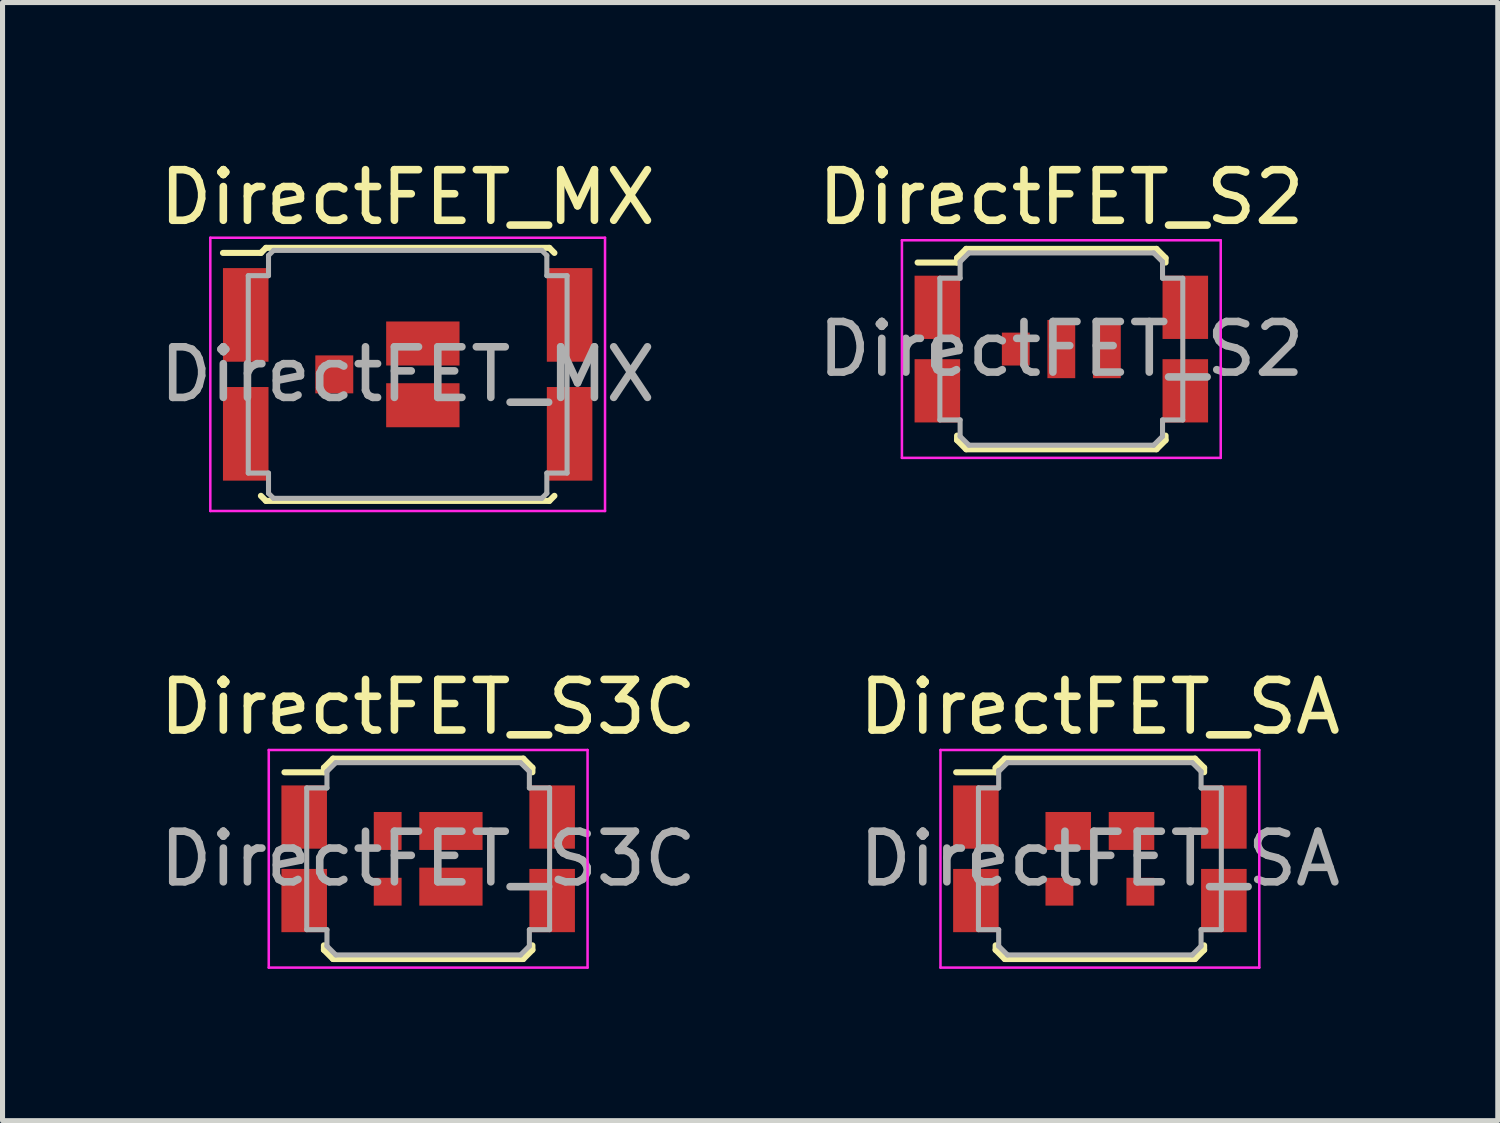
<source format=kicad_pcb>
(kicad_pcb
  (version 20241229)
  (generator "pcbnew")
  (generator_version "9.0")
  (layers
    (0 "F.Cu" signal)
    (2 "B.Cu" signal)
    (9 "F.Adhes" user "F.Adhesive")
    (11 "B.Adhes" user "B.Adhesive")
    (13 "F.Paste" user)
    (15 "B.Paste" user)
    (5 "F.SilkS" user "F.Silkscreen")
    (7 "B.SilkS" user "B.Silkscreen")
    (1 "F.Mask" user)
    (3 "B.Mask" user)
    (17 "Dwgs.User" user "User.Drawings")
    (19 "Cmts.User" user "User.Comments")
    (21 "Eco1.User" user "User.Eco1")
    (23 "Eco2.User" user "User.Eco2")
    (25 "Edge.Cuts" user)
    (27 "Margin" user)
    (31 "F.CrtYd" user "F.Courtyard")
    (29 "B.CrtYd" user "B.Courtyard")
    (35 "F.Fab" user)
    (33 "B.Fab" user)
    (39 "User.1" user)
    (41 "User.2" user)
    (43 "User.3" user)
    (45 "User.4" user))
  (footprint "DirectFET_S2"
    (layer "F.Cu")
    (at 17.923 3.848)
    (property "Reference" "DirectFET_S2" (at 0 -3 0) (layer "F.SilkS") (effects (font (size 1 1) (thickness 0.15))))
    (attr smd)
    (fp_line (start -2.84 -1.71) (end -2.06 -1.71) (stroke (width 0.12) (type solid)) (layer "F.SilkS"))
    (fp_line (start -2.06 -1.8) (end -1.88 -1.98) (stroke (width 0.12) (type solid)) (layer "F.SilkS"))
    (fp_line (start -2.06 -1.71) (end -2.06 -1.8) (stroke (width 0.12) (type solid)) (layer "F.SilkS"))
    (fp_line (start -2.06 1.71) (end -2.06 1.8) (stroke (width 0.12) (type solid)) (layer "F.SilkS"))
    (fp_line (start -2.06 1.8) (end -1.88 1.98) (stroke (width 0.12) (type solid)) (layer "F.SilkS"))
    (fp_line (start -1.88 -1.98) (end 1.88 -1.98) (stroke (width 0.12) (type solid)) (layer "F.SilkS"))
    (fp_line (start -1.88 1.98) (end 1.88 1.98) (stroke (width 0.12) (type solid)) (layer "F.SilkS"))
    (fp_line (start 2.06 -1.8) (end 1.88 -1.98) (stroke (width 0.12) (type solid)) (layer "F.SilkS"))
    (fp_line (start 2.06 -1.71) (end 2.06 -1.8) (stroke (width 0.12) (type solid)) (layer "F.SilkS"))
    (fp_line (start 2.06 1.71) (end 2.06 1.8) (stroke (width 0.12) (type solid)) (layer "F.SilkS"))
    (fp_line (start 2.06 1.8) (end 1.88 1.98) (stroke (width 0.12) (type solid)) (layer "F.SilkS"))
    (fp_line (start -3.15 -2.15) (end -3.15 2.15) (stroke (width 0.05) (type solid)) (layer "F.CrtYd"))
    (fp_line (start -3.15 -2.15) (end 3.15 -2.15) (stroke (width 0.05) (type solid)) (layer "F.CrtYd"))
    (fp_line (start -3.15 2.15) (end 3.15 2.15) (stroke (width 0.05) (type solid)) (layer "F.CrtYd"))
    (fp_line (start 3.15 -2.15) (end 3.15 2.15) (stroke (width 0.05) (type solid)) (layer "F.CrtYd"))
    (fp_line (start -2.4 -1.4) (end -2 -1.4) (stroke (width 0.1) (type solid)) (layer "F.Fab"))
    (fp_line (start -2.4 1.4) (end -2.4 -1.4) (stroke (width 0.1) (type solid)) (layer "F.Fab"))
    (fp_line (start -2.4 1.4) (end -2 1.4) (stroke (width 0.1) (type solid)) (layer "F.Fab"))
    (fp_line (start -2 -1.725) (end -1.825 -1.9) (stroke (width 0.1) (type solid)) (layer "F.Fab"))
    (fp_line (start -2 -1.4) (end -2 -1.725) (stroke (width 0.1) (type solid)) (layer "F.Fab"))
    (fp_line (start -2 1.4) (end -2 1.725) (stroke (width 0.1) (type solid)) (layer "F.Fab"))
    (fp_line (start -2 1.725) (end -1.825 1.9) (stroke (width 0.1) (type solid)) (layer "F.Fab"))
    (fp_line (start -1.825 -1.9) (end 1.825 -1.9) (stroke (width 0.1) (type solid)) (layer "F.Fab"))
    (fp_line (start -1.825 1.9) (end 1.825 1.9) (stroke (width 0.1) (type solid)) (layer "F.Fab"))
    (fp_line (start 1.825 -1.9) (end 2 -1.725) (stroke (width 0.1) (type solid)) (layer "F.Fab"))
    (fp_line (start 1.825 1.9) (end 2 1.725) (stroke (width 0.1) (type solid)) (layer "F.Fab"))
    (fp_line (start 2 -1.4) (end 2 -1.725) (stroke (width 0.1) (type solid)) (layer "F.Fab"))
    (fp_line (start 2 1.4) (end 2 1.725) (stroke (width 0.1) (type solid)) (layer "F.Fab"))
    (fp_line (start 2.4 -1.4) (end 2 -1.4) (stroke (width 0.1) (type solid)) (layer "F.Fab"))
    (fp_line (start 2.4 1.4) (end 2 1.4) (stroke (width 0.1) (type solid)) (layer "F.Fab"))
    (fp_line (start 2.4 1.4) (end 2.4 -1.4) (stroke (width 0.1) (type solid)) (layer "F.Fab"))
    (fp_text user "${REFERENCE}" (at 0 0 0) (layer "F.Fab") (effects (font (size 1 1) (thickness 0.15))))
    (pad "1" smd rect (at -2.45 -0.825) (size 0.9 1.25) (layers "F.Cu" "F.Mask" "F.Paste"))
    (pad "1" smd rect (at -2.45 0.825) (size 0.9 1.25) (layers "F.Cu" "F.Mask" "F.Paste"))
    (pad "1" smd rect (at 2.45 -0.825) (size 0.9 1.25) (layers "F.Cu" "F.Mask" "F.Paste"))
    (pad "1" smd rect (at 2.45 0.825) (size 0.9 1.25) (layers "F.Cu" "F.Mask" "F.Paste"))
    (pad "2" smd rect (at -0.9 0) (size 0.55 0.65) (layers "F.Cu" "F.Mask" "F.Paste"))
    (pad "3" smd rect (at 0 0) (size 0.55 1.15) (layers "F.Cu" "F.Mask" "F.Paste"))
    (pad "3" smd rect (at 0.9 0) (size 0.55 1.15) (layers "F.Cu" "F.Mask" "F.Paste")))
  (footprint "DirectFET_S3C"
    (layer "F.Cu")
    (at 5.411 13.921)
    (property "Reference" "DirectFET_S3C" (at 0 -3 0) (layer "F.SilkS") (effects (font (size 1 1) (thickness 0.15))))
    (attr smd)
    (fp_line (start -2.84 -1.71) (end -2.06 -1.71) (stroke (width 0.12) (type solid)) (layer "F.SilkS"))
    (fp_line (start -2.06 -1.8) (end -1.88 -1.98) (stroke (width 0.12) (type solid)) (layer "F.SilkS"))
    (fp_line (start -2.06 -1.71) (end -2.06 -1.8) (stroke (width 0.12) (type solid)) (layer "F.SilkS"))
    (fp_line (start -2.06 1.71) (end -2.06 1.8) (stroke (width 0.12) (type solid)) (layer "F.SilkS"))
    (fp_line (start -2.06 1.8) (end -1.88 1.98) (stroke (width 0.12) (type solid)) (layer "F.SilkS"))
    (fp_line (start -1.88 -1.98) (end 1.88 -1.98) (stroke (width 0.12) (type solid)) (layer "F.SilkS"))
    (fp_line (start -1.88 1.98) (end 1.88 1.98) (stroke (width 0.12) (type solid)) (layer "F.SilkS"))
    (fp_line (start 2.06 -1.8) (end 1.88 -1.98) (stroke (width 0.12) (type solid)) (layer "F.SilkS"))
    (fp_line (start 2.06 -1.71) (end 2.06 -1.8) (stroke (width 0.12) (type solid)) (layer "F.SilkS"))
    (fp_line (start 2.06 1.71) (end 2.06 1.8) (stroke (width 0.12) (type solid)) (layer "F.SilkS"))
    (fp_line (start 2.06 1.8) (end 1.88 1.98) (stroke (width 0.12) (type solid)) (layer "F.SilkS"))
    (fp_line (start -3.15 -2.15) (end -3.15 2.15) (stroke (width 0.05) (type solid)) (layer "F.CrtYd"))
    (fp_line (start -3.15 -2.15) (end 3.15 -2.15) (stroke (width 0.05) (type solid)) (layer "F.CrtYd"))
    (fp_line (start -3.15 2.15) (end 3.15 2.15) (stroke (width 0.05) (type solid)) (layer "F.CrtYd"))
    (fp_line (start 3.15 -2.15) (end 3.15 2.15) (stroke (width 0.05) (type solid)) (layer "F.CrtYd"))
    (fp_line (start -2.4 -1.4) (end -2 -1.4) (stroke (width 0.1) (type solid)) (layer "F.Fab"))
    (fp_line (start -2.4 1.4) (end -2.4 -1.4) (stroke (width 0.1) (type solid)) (layer "F.Fab"))
    (fp_line (start -2.4 1.4) (end -2 1.4) (stroke (width 0.1) (type solid)) (layer "F.Fab"))
    (fp_line (start -2 -1.725) (end -1.825 -1.9) (stroke (width 0.1) (type solid)) (layer "F.Fab"))
    (fp_line (start -2 -1.4) (end -2 -1.725) (stroke (width 0.1) (type solid)) (layer "F.Fab"))
    (fp_line (start -2 1.4) (end -2 1.725) (stroke (width 0.1) (type solid)) (layer "F.Fab"))
    (fp_line (start -2 1.725) (end -1.825 1.9) (stroke (width 0.1) (type solid)) (layer "F.Fab"))
    (fp_line (start -1.825 -1.9) (end 1.825 -1.9) (stroke (width 0.1) (type solid)) (layer "F.Fab"))
    (fp_line (start -1.825 1.9) (end 1.825 1.9) (stroke (width 0.1) (type solid)) (layer "F.Fab"))
    (fp_line (start 1.825 -1.9) (end 2 -1.725) (stroke (width 0.1) (type solid)) (layer "F.Fab"))
    (fp_line (start 1.825 1.9) (end 2 1.725) (stroke (width 0.1) (type solid)) (layer "F.Fab"))
    (fp_line (start 2 -1.4) (end 2 -1.725) (stroke (width 0.1) (type solid)) (layer "F.Fab"))
    (fp_line (start 2 1.4) (end 2 1.725) (stroke (width 0.1) (type solid)) (layer "F.Fab"))
    (fp_line (start 2.4 -1.4) (end 2 -1.4) (stroke (width 0.1) (type solid)) (layer "F.Fab"))
    (fp_line (start 2.4 1.4) (end 2 1.4) (stroke (width 0.1) (type solid)) (layer "F.Fab"))
    (fp_line (start 2.4 1.4) (end 2.4 -1.4) (stroke (width 0.1) (type solid)) (layer "F.Fab"))
    (fp_text user "${REFERENCE}" (at 0 0 0) (layer "F.Fab") (effects (font (size 1 1) (thickness 0.15))))
    (pad "1" smd rect (at -2.45 -0.825) (size 0.9 1.25) (layers "F.Cu" "F.Mask" "F.Paste"))
    (pad "1" smd rect (at -2.45 0.825) (size 0.9 1.25) (layers "F.Cu" "F.Mask" "F.Paste"))
    (pad "1" smd rect (at 2.45 -0.825) (size 0.9 1.25) (layers "F.Cu" "F.Mask" "F.Paste"))
    (pad "1" smd rect (at 2.45 0.825) (size 0.9 1.25) (layers "F.Cu" "F.Mask" "F.Paste"))
    (pad "2" smd rect (at -0.8 0.65) (size 0.55 0.55) (layers "F.Cu" "F.Mask" "F.Paste"))
    (pad "3" smd rect (at -0.8 -0.55) (size 0.55 0.75) (layers "F.Cu" "F.Mask" "F.Paste"))
    (pad "3" smd rect (at 0.45 -0.55) (size 1.25 0.75) (layers "F.Cu" "F.Mask" "F.Paste"))
    (pad "3" smd rect (at 0.45 0.55) (size 1.25 0.75) (layers "F.Cu" "F.Mask" "F.Paste")))
  (footprint "DirectFET_SA"
    (layer "F.Cu")
    (at 18.685 13.921)
    (property "Reference" "DirectFET_SA" (at 0 -3 0) (layer "F.SilkS") (effects (font (size 1 1) (thickness 0.15))))
    (attr smd)
    (fp_line (start -2.84 -1.71) (end -2.06 -1.71) (stroke (width 0.12) (type solid)) (layer "F.SilkS"))
    (fp_line (start -2.06 -1.8) (end -1.88 -1.98) (stroke (width 0.12) (type solid)) (layer "F.SilkS"))
    (fp_line (start -2.06 -1.71) (end -2.06 -1.8) (stroke (width 0.12) (type solid)) (layer "F.SilkS"))
    (fp_line (start -2.06 1.71) (end -2.06 1.8) (stroke (width 0.12) (type solid)) (layer "F.SilkS"))
    (fp_line (start -2.06 1.8) (end -1.88 1.98) (stroke (width 0.12) (type solid)) (layer "F.SilkS"))
    (fp_line (start -1.88 -1.98) (end 1.88 -1.98) (stroke (width 0.12) (type solid)) (layer "F.SilkS"))
    (fp_line (start -1.88 1.98) (end 1.88 1.98) (stroke (width 0.12) (type solid)) (layer "F.SilkS"))
    (fp_line (start 2.06 -1.8) (end 1.88 -1.98) (stroke (width 0.12) (type solid)) (layer "F.SilkS"))
    (fp_line (start 2.06 -1.71) (end 2.06 -1.8) (stroke (width 0.12) (type solid)) (layer "F.SilkS"))
    (fp_line (start 2.06 1.71) (end 2.06 1.8) (stroke (width 0.12) (type solid)) (layer "F.SilkS"))
    (fp_line (start 2.06 1.8) (end 1.88 1.98) (stroke (width 0.12) (type solid)) (layer "F.SilkS"))
    (fp_line (start -3.15 -2.15) (end -3.15 2.15) (stroke (width 0.05) (type solid)) (layer "F.CrtYd"))
    (fp_line (start -3.15 -2.15) (end 3.15 -2.15) (stroke (width 0.05) (type solid)) (layer "F.CrtYd"))
    (fp_line (start -3.15 2.15) (end 3.15 2.15) (stroke (width 0.05) (type solid)) (layer "F.CrtYd"))
    (fp_line (start 3.15 -2.15) (end 3.15 2.15) (stroke (width 0.05) (type solid)) (layer "F.CrtYd"))
    (fp_line (start -2.4 -1.4) (end -2 -1.4) (stroke (width 0.1) (type solid)) (layer "F.Fab"))
    (fp_line (start -2.4 1.4) (end -2.4 -1.4) (stroke (width 0.1) (type solid)) (layer "F.Fab"))
    (fp_line (start -2.4 1.4) (end -2 1.4) (stroke (width 0.1) (type solid)) (layer "F.Fab"))
    (fp_line (start -2 -1.725) (end -1.825 -1.9) (stroke (width 0.1) (type solid)) (layer "F.Fab"))
    (fp_line (start -2 -1.4) (end -2 -1.75) (stroke (width 0.1) (type solid)) (layer "F.Fab"))
    (fp_line (start -2 1.4) (end -2 1.725) (stroke (width 0.1) (type solid)) (layer "F.Fab"))
    (fp_line (start -2 1.725) (end -1.825 1.9) (stroke (width 0.1) (type solid)) (layer "F.Fab"))
    (fp_line (start -1.825 -1.9) (end 1.825 -1.9) (stroke (width 0.1) (type solid)) (layer "F.Fab"))
    (fp_line (start -1.825 1.9) (end 1.825 1.9) (stroke (width 0.1) (type solid)) (layer "F.Fab"))
    (fp_line (start 1.825 -1.9) (end 2 -1.725) (stroke (width 0.1) (type solid)) (layer "F.Fab"))
    (fp_line (start 1.825 1.9) (end 2 1.725) (stroke (width 0.1) (type solid)) (layer "F.Fab"))
    (fp_line (start 2 -1.4) (end 2 -1.725) (stroke (width 0.1) (type solid)) (layer "F.Fab"))
    (fp_line (start 2 1.4) (end 2 1.725) (stroke (width 0.1) (type solid)) (layer "F.Fab"))
    (fp_line (start 2.4 -1.4) (end 2 -1.4) (stroke (width 0.1) (type solid)) (layer "F.Fab"))
    (fp_line (start 2.4 1.4) (end 2 1.4) (stroke (width 0.1) (type solid)) (layer "F.Fab"))
    (fp_line (start 2.4 1.4) (end 2.4 -1.4) (stroke (width 0.1) (type solid)) (layer "F.Fab"))
    (fp_text user "${REFERENCE}" (at 0 0 0) (layer "F.Fab") (effects (font (size 1 1) (thickness 0.15))))
    (pad "1" smd rect (at -2.45 -0.825) (size 0.9 1.25) (layers "F.Cu" "F.Mask" "F.Paste"))
    (pad "1" smd rect (at -2.45 0.825) (size 0.9 1.25) (layers "F.Cu" "F.Mask" "F.Paste"))
    (pad "1" smd rect (at 2.45 -0.825) (size 0.9 1.25) (layers "F.Cu" "F.Mask" "F.Paste"))
    (pad "1" smd rect (at 2.45 0.825) (size 0.9 1.25) (layers "F.Cu" "F.Mask" "F.Paste"))
    (pad "2" smd rect (at -0.8 0.65) (size 0.55 0.55) (layers "F.Cu" "F.Mask" "F.Paste"))
    (pad "2" smd rect (at 0.8 0.65) (size 0.55 0.55) (layers "F.Cu" "F.Mask" "F.Paste"))
    (pad "3" smd rect (at -0.625 -0.55) (size 0.9 0.75) (layers "F.Cu" "F.Mask" "F.Paste"))
    (pad "3" smd rect (at 0.625 -0.55) (size 0.9 0.75) (layers "F.Cu" "F.Mask" "F.Paste")))
  (footprint "DirectFET_MX"
    (layer "F.Cu")
    (at 5.006 4.348)
    (property "Reference" "DirectFET_MX" (at 0 -3.5 0) (layer "F.SilkS") (effects (font (size 1 1) (thickness 0.15))))
    (attr smd)
    (fp_line (start -3.65 -2.4) (end -2.9 -2.4) (stroke (width 0.12) (type solid)) (layer "F.SilkS"))
    (fp_line (start -2.9 -2.4) (end -2.8 -2.5) (stroke (width 0.12) (type solid)) (layer "F.SilkS"))
    (fp_line (start -2.8 -2.5) (end 2.8 -2.5) (stroke (width 0.12) (type solid)) (layer "F.SilkS"))
    (fp_line (start -2.8 2.5) (end -2.9 2.4) (stroke (width 0.12) (type solid)) (layer "F.SilkS"))
    (fp_line (start 2.8 -2.5) (end 2.9 -2.4) (stroke (width 0.12) (type solid)) (layer "F.SilkS"))
    (fp_line (start 2.8 2.5) (end -2.8 2.5) (stroke (width 0.12) (type solid)) (layer "F.SilkS"))
    (fp_line (start 2.9 2.4) (end 2.8 2.5) (stroke (width 0.12) (type solid)) (layer "F.SilkS"))
    (fp_line (start -3.9 -2.7) (end -3.9 2.7) (stroke (width 0.05) (type solid)) (layer "F.CrtYd"))
    (fp_line (start -3.9 2.7) (end 3.9 2.7) (stroke (width 0.05) (type solid)) (layer "F.CrtYd"))
    (fp_line (start 3.9 -2.7) (end -3.9 -2.7) (stroke (width 0.05) (type solid)) (layer "F.CrtYd"))
    (fp_line (start 3.9 2.7) (end 3.9 -2.7) (stroke (width 0.05) (type solid)) (layer "F.CrtYd"))
    (fp_line (start -3.15 -1.95) (end -2.75 -1.95) (stroke (width 0.1) (type solid)) (layer "F.Fab"))
    (fp_line (start -3.15 1.95) (end -3.15 -1.95) (stroke (width 0.1) (type solid)) (layer "F.Fab"))
    (fp_line (start -3.15 1.95) (end -2.75 1.95) (stroke (width 0.1) (type solid)) (layer "F.Fab"))
    (fp_line (start -2.75 -2.35) (end -2.65 -2.45) (stroke (width 0.1) (type solid)) (layer "F.Fab"))
    (fp_line (start -2.75 -1.95) (end -2.75 -2.35) (stroke (width 0.1) (type solid)) (layer "F.Fab"))
    (fp_line (start -2.75 1.95) (end -2.75 2.35) (stroke (width 0.1) (type solid)) (layer "F.Fab"))
    (fp_line (start -2.75 2.35) (end -2.65 2.45) (stroke (width 0.1) (type solid)) (layer "F.Fab"))
    (fp_line (start -2.65 2.45) (end 2.65 2.45) (stroke (width 0.1) (type solid)) (layer "F.Fab"))
    (fp_line (start 2.65 -2.45) (end -2.65 -2.45) (stroke (width 0.1) (type solid)) (layer "F.Fab"))
    (fp_line (start 2.65 -2.45) (end 2.75 -2.35) (stroke (width 0.1) (type solid)) (layer "F.Fab"))
    (fp_line (start 2.75 -2.35) (end 2.75 -1.95) (stroke (width 0.1) (type solid)) (layer "F.Fab"))
    (fp_line (start 2.75 -1.95) (end 3.15 -1.95) (stroke (width 0.1) (type solid)) (layer "F.Fab"))
    (fp_line (start 2.75 1.95) (end 2.75 2.35) (stroke (width 0.1) (type solid)) (layer "F.Fab"))
    (fp_line (start 2.75 2.35) (end 2.65 2.45) (stroke (width 0.1) (type solid)) (layer "F.Fab"))
    (fp_line (start 3.15 -1.95) (end 3.15 1.95) (stroke (width 0.1) (type solid)) (layer "F.Fab"))
    (fp_line (start 3.15 1.95) (end 2.75 1.95) (stroke (width 0.1) (type solid)) (layer "F.Fab"))
    (fp_text user "${REFERENCE}" (at 0 0 0) (layer "F.Fab") (effects (font (size 1 1) (thickness 0.15))))
    (pad "1" smd rect (at -3.2 -1.175) (size 0.9 1.85) (layers "F.Cu" "F.Mask" "F.Paste"))
    (pad "1" smd rect (at -3.2 1.175) (size 0.9 1.85) (layers "F.Cu" "F.Mask" "F.Paste"))
    (pad "1" smd rect (at 3.2 -1.175) (size 0.9 1.85) (layers "F.Cu" "F.Mask" "F.Paste"))
    (pad "1" smd rect (at 3.2 1.175) (size 0.9 1.85) (layers "F.Cu" "F.Mask" "F.Paste"))
    (pad "2" smd rect (at -1.45 0) (size 0.75 0.75) (layers "F.Cu" "F.Mask" "F.Paste"))
    (pad "3" smd rect (at 0.3 -0.61) (size 1.45 0.87) (layers "F.Cu" "F.Mask" "F.Paste"))
    (pad "3" smd rect (at 0.3 0.61) (size 1.45 0.87) (layers "F.Cu" "F.Mask" "F.Paste")))
  (gr_rect
    (start -3 -3)
    (end 26.548 19.096)
    (stroke (width 0.1) (type default))
    (fill no)
    (layer "Edge.Cuts")))
</source>
